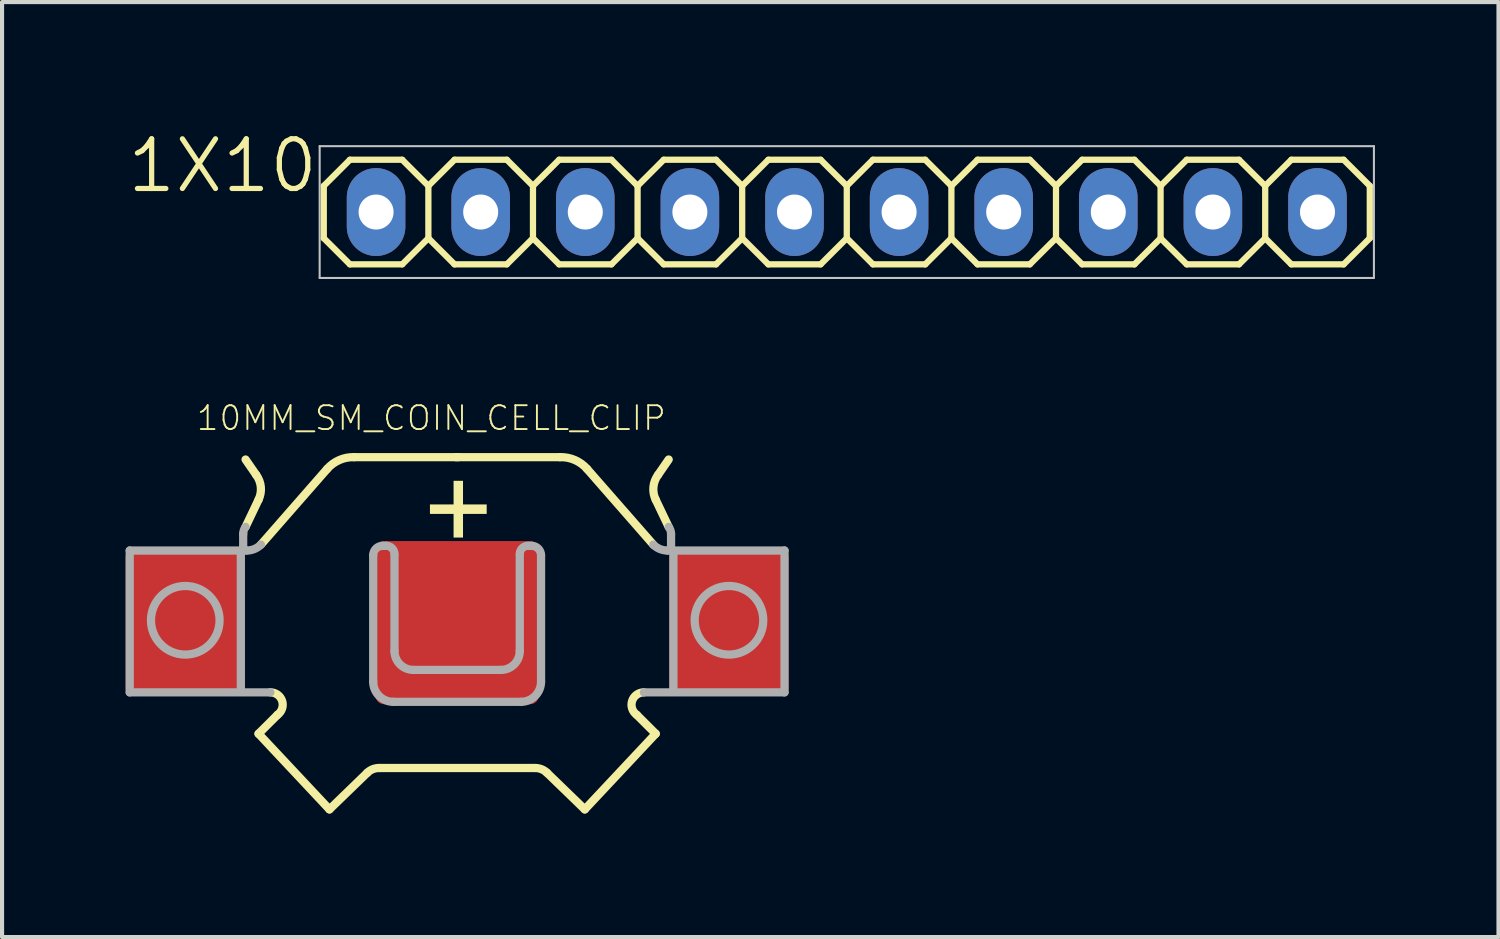
<source format=kicad_pcb>
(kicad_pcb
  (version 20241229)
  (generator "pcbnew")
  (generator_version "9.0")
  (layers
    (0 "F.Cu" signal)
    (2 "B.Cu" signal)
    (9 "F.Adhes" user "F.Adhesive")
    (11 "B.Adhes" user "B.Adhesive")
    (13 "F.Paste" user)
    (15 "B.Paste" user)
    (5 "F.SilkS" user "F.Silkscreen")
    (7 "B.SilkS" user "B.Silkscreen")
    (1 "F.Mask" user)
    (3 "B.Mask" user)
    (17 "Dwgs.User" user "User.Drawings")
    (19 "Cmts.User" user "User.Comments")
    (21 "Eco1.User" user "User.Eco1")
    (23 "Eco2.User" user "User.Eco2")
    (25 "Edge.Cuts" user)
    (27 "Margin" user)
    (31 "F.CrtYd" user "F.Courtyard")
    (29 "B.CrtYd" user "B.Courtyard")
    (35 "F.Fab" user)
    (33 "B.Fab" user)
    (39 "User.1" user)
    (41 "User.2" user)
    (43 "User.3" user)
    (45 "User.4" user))
  (footprint "1X10"
    (layer "F.Cu")
    (at 17.512 2.099)
    (property "Reference" "1X10" (at -12.776 -1.829 0) (layer "F.SilkS") (effects (font (size 1.206 1.206) (thickness 0.127)) (justify right top)))
    (attr through_hole)
    (fp_line (start -12.7 -0.635) (end -12.7 0.635) (stroke (width 0.152) (type solid)) (layer "F.SilkS"))
    (fp_line (start -12.7 0.635) (end -12.065 1.27) (stroke (width 0.152) (type solid)) (layer "F.SilkS"))
    (fp_line (start -12.065 -1.27) (end -12.7 -0.635) (stroke (width 0.152) (type solid)) (layer "F.SilkS"))
    (fp_line (start -12.065 -1.27) (end -10.795 -1.27) (stroke (width 0.152) (type solid)) (layer "F.SilkS"))
    (fp_line (start -10.795 -1.27) (end -10.16 -0.635) (stroke (width 0.152) (type solid)) (layer "F.SilkS"))
    (fp_line (start -10.795 1.27) (end -12.065 1.27) (stroke (width 0.152) (type solid)) (layer "F.SilkS"))
    (fp_line (start -10.16 -0.635) (end -10.16 0.635) (stroke (width 0.152) (type solid)) (layer "F.SilkS"))
    (fp_line (start -10.16 -0.635) (end -9.525 -1.27) (stroke (width 0.152) (type solid)) (layer "F.SilkS"))
    (fp_line (start -10.16 0.635) (end -10.795 1.27) (stroke (width 0.152) (type solid)) (layer "F.SilkS"))
    (fp_line (start -9.525 -1.27) (end -8.255 -1.27) (stroke (width 0.152) (type solid)) (layer "F.SilkS"))
    (fp_line (start -9.525 1.27) (end -10.16 0.635) (stroke (width 0.152) (type solid)) (layer "F.SilkS"))
    (fp_line (start -8.255 -1.27) (end -7.62 -0.635) (stroke (width 0.152) (type solid)) (layer "F.SilkS"))
    (fp_line (start -8.255 1.27) (end -9.525 1.27) (stroke (width 0.152) (type solid)) (layer "F.SilkS"))
    (fp_line (start -7.62 -0.635) (end -7.62 0.635) (stroke (width 0.152) (type solid)) (layer "F.SilkS"))
    (fp_line (start -7.62 -0.635) (end -6.985 -1.27) (stroke (width 0.152) (type solid)) (layer "F.SilkS"))
    (fp_line (start -7.62 0.635) (end -8.255 1.27) (stroke (width 0.152) (type solid)) (layer "F.SilkS"))
    (fp_line (start -6.985 -1.27) (end -5.715 -1.27) (stroke (width 0.152) (type solid)) (layer "F.SilkS"))
    (fp_line (start -6.985 1.27) (end -7.62 0.635) (stroke (width 0.152) (type solid)) (layer "F.SilkS"))
    (fp_line (start -5.715 -1.27) (end -5.08 -0.635) (stroke (width 0.152) (type solid)) (layer "F.SilkS"))
    (fp_line (start -5.715 1.27) (end -6.985 1.27) (stroke (width 0.152) (type solid)) (layer "F.SilkS"))
    (fp_line (start -5.08 -0.635) (end -5.08 0.635) (stroke (width 0.152) (type solid)) (layer "F.SilkS"))
    (fp_line (start -5.08 0.635) (end -5.715 1.27) (stroke (width 0.152) (type solid)) (layer "F.SilkS"))
    (fp_line (start -5.08 0.635) (end -4.445 1.27) (stroke (width 0.152) (type solid)) (layer "F.SilkS"))
    (fp_line (start -4.445 -1.27) (end -5.08 -0.635) (stroke (width 0.152) (type solid)) (layer "F.SilkS"))
    (fp_line (start -4.445 -1.27) (end -3.175 -1.27) (stroke (width 0.152) (type solid)) (layer "F.SilkS"))
    (fp_line (start -3.175 -1.27) (end -2.54 -0.635) (stroke (width 0.152) (type solid)) (layer "F.SilkS"))
    (fp_line (start -3.175 1.27) (end -4.445 1.27) (stroke (width 0.152) (type solid)) (layer "F.SilkS"))
    (fp_line (start -2.54 -0.635) (end -2.54 0.635) (stroke (width 0.152) (type solid)) (layer "F.SilkS"))
    (fp_line (start -2.54 -0.635) (end -1.905 -1.27) (stroke (width 0.152) (type solid)) (layer "F.SilkS"))
    (fp_line (start -2.54 0.635) (end -3.175 1.27) (stroke (width 0.152) (type solid)) (layer "F.SilkS"))
    (fp_line (start -1.905 -1.27) (end -0.635 -1.27) (stroke (width 0.152) (type solid)) (layer "F.SilkS"))
    (fp_line (start -1.905 1.27) (end -2.54 0.635) (stroke (width 0.152) (type solid)) (layer "F.SilkS"))
    (fp_line (start -0.635 -1.27) (end 0 -0.635) (stroke (width 0.152) (type solid)) (layer "F.SilkS"))
    (fp_line (start -0.635 1.27) (end -1.905 1.27) (stroke (width 0.152) (type solid)) (layer "F.SilkS"))
    (fp_line (start 0 -0.635) (end 0 0.635) (stroke (width 0.152) (type solid)) (layer "F.SilkS"))
    (fp_line (start 0 -0.635) (end 0.635 -1.27) (stroke (width 0.152) (type solid)) (layer "F.SilkS"))
    (fp_line (start 0 0.635) (end -0.635 1.27) (stroke (width 0.152) (type solid)) (layer "F.SilkS"))
    (fp_line (start 0.635 -1.27) (end 1.905 -1.27) (stroke (width 0.152) (type solid)) (layer "F.SilkS"))
    (fp_line (start 0.635 1.27) (end 0 0.635) (stroke (width 0.152) (type solid)) (layer "F.SilkS"))
    (fp_line (start 1.905 -1.27) (end 2.54 -0.635) (stroke (width 0.152) (type solid)) (layer "F.SilkS"))
    (fp_line (start 1.905 1.27) (end 0.635 1.27) (stroke (width 0.152) (type solid)) (layer "F.SilkS"))
    (fp_line (start 2.54 -0.635) (end 2.54 0.635) (stroke (width 0.152) (type solid)) (layer "F.SilkS"))
    (fp_line (start 2.54 0.635) (end 1.905 1.27) (stroke (width 0.152) (type solid)) (layer "F.SilkS"))
    (fp_line (start 2.54 0.635) (end 3.175 1.27) (stroke (width 0.152) (type solid)) (layer "F.SilkS"))
    (fp_line (start 3.175 -1.27) (end 2.54 -0.635) (stroke (width 0.152) (type solid)) (layer "F.SilkS"))
    (fp_line (start 3.175 -1.27) (end 4.445 -1.27) (stroke (width 0.152) (type solid)) (layer "F.SilkS"))
    (fp_line (start 4.445 -1.27) (end 5.08 -0.635) (stroke (width 0.152) (type solid)) (layer "F.SilkS"))
    (fp_line (start 4.445 1.27) (end 3.175 1.27) (stroke (width 0.152) (type solid)) (layer "F.SilkS"))
    (fp_line (start 5.08 -0.635) (end 5.08 0.635) (stroke (width 0.152) (type solid)) (layer "F.SilkS"))
    (fp_line (start 5.08 -0.635) (end 5.715 -1.27) (stroke (width 0.152) (type solid)) (layer "F.SilkS"))
    (fp_line (start 5.08 0.635) (end 4.445 1.27) (stroke (width 0.152) (type solid)) (layer "F.SilkS"))
    (fp_line (start 5.715 -1.27) (end 6.985 -1.27) (stroke (width 0.152) (type solid)) (layer "F.SilkS"))
    (fp_line (start 5.715 1.27) (end 5.08 0.635) (stroke (width 0.152) (type solid)) (layer "F.SilkS"))
    (fp_line (start 6.985 -1.27) (end 7.62 -0.635) (stroke (width 0.152) (type solid)) (layer "F.SilkS"))
    (fp_line (start 6.985 1.27) (end 5.715 1.27) (stroke (width 0.152) (type solid)) (layer "F.SilkS"))
    (fp_line (start 7.62 -0.635) (end 7.62 0.635) (stroke (width 0.152) (type solid)) (layer "F.SilkS"))
    (fp_line (start 7.62 -0.635) (end 8.255 -1.27) (stroke (width 0.152) (type solid)) (layer "F.SilkS"))
    (fp_line (start 7.62 0.635) (end 6.985 1.27) (stroke (width 0.152) (type solid)) (layer "F.SilkS"))
    (fp_line (start 8.255 -1.27) (end 9.525 -1.27) (stroke (width 0.152) (type solid)) (layer "F.SilkS"))
    (fp_line (start 8.255 1.27) (end 7.62 0.635) (stroke (width 0.152) (type solid)) (layer "F.SilkS"))
    (fp_line (start 9.525 -1.27) (end 10.16 -0.635) (stroke (width 0.152) (type solid)) (layer "F.SilkS"))
    (fp_line (start 9.525 1.27) (end 8.255 1.27) (stroke (width 0.152) (type solid)) (layer "F.SilkS"))
    (fp_line (start 10.16 -0.635) (end 10.16 0.635) (stroke (width 0.152) (type solid)) (layer "F.SilkS"))
    (fp_line (start 10.16 0.635) (end 9.525 1.27) (stroke (width 0.152) (type solid)) (layer "F.SilkS"))
    (fp_line (start 10.16 0.635) (end 10.795 1.27) (stroke (width 0.152) (type solid)) (layer "F.SilkS"))
    (fp_line (start 10.795 -1.27) (end 10.16 -0.635) (stroke (width 0.152) (type solid)) (layer "F.SilkS"))
    (fp_line (start 10.795 -1.27) (end 12.065 -1.27) (stroke (width 0.152) (type solid)) (layer "F.SilkS"))
    (fp_line (start 12.065 -1.27) (end 12.7 -0.635) (stroke (width 0.152) (type solid)) (layer "F.SilkS"))
    (fp_line (start 12.065 1.27) (end 10.795 1.27) (stroke (width 0.152) (type solid)) (layer "F.SilkS"))
    (fp_line (start 12.7 -0.635) (end 12.7 0.635) (stroke (width 0.152) (type solid)) (layer "F.SilkS"))
    (fp_line (start 12.7 0.635) (end 12.065 1.27) (stroke (width 0.152) (type solid)) (layer "F.SilkS"))
    (fp_line (start -12.8 -1.6) (end 12.8 -1.6) (stroke (width 0.05) (type solid)) (layer "Dwgs.User"))
    (fp_line (start -12.8 1.6) (end -12.8 -1.6) (stroke (width 0.05) (type solid)) (layer "Dwgs.User"))
    (fp_line (start 12.8 -1.6) (end 12.8 1.6) (stroke (width 0.05) (type solid)) (layer "Dwgs.User"))
    (fp_line (start 12.8 1.6) (end -12.8 1.6) (stroke (width 0.05) (type solid)) (layer "Dwgs.User"))
    (fp_poly (pts (xy -11.684 0.254) (xy -11.176 0.254) (xy -11.176 -0.254) (xy -11.684 -0.254)) (stroke (width 0.1) (type solid)) (fill no) (layer "F.Fab"))
    (fp_poly (pts (xy -9.144 0.254) (xy -8.636 0.254) (xy -8.636 -0.254) (xy -9.144 -0.254)) (stroke (width 0.1) (type solid)) (fill no) (layer "F.Fab"))
    (fp_poly (pts (xy -6.604 0.254) (xy -6.096 0.254) (xy -6.096 -0.254) (xy -6.604 -0.254)) (stroke (width 0.1) (type solid)) (fill no) (layer "F.Fab"))
    (fp_poly (pts (xy -4.064 0.254) (xy -3.556 0.254) (xy -3.556 -0.254) (xy -4.064 -0.254)) (stroke (width 0.1) (type solid)) (fill no) (layer "F.Fab"))
    (fp_poly (pts (xy -1.524 0.254) (xy -1.016 0.254) (xy -1.016 -0.254) (xy -1.524 -0.254)) (stroke (width 0.1) (type solid)) (fill no) (layer "F.Fab"))
    (fp_poly (pts (xy 1.016 0.254) (xy 1.524 0.254) (xy 1.524 -0.254) (xy 1.016 -0.254)) (stroke (width 0.1) (type solid)) (fill no) (layer "F.Fab"))
    (fp_poly (pts (xy 3.556 0.254) (xy 4.064 0.254) (xy 4.064 -0.254) (xy 3.556 -0.254)) (stroke (width 0.1) (type solid)) (fill no) (layer "F.Fab"))
    (fp_poly (pts (xy 6.096 0.254) (xy 6.604 0.254) (xy 6.604 -0.254) (xy 6.096 -0.254)) (stroke (width 0.1) (type solid)) (fill no) (layer "F.Fab"))
    (fp_poly (pts (xy 8.636 0.254) (xy 9.144 0.254) (xy 9.144 -0.254) (xy 8.636 -0.254)) (stroke (width 0.1) (type solid)) (fill no) (layer "F.Fab"))
    (fp_poly (pts (xy 11.176 0.254) (xy 11.684 0.254) (xy 11.684 -0.254) (xy 11.176 -0.254)) (stroke (width 0.1) (type solid)) (fill no) (layer "F.Fab"))
    (pad "1" thru_hole oval (at -11.43 0 90) (size 2.134 1.422) (drill 0.85) (layers "*.Cu" "*.Mask"))
    (pad "2" thru_hole oval (at -8.89 0 90) (size 2.134 1.422) (drill 0.85) (layers "*.Cu" "*.Mask"))
    (pad "3" thru_hole oval (at -6.35 0 90) (size 2.134 1.422) (drill 0.85) (layers "*.Cu" "*.Mask"))
    (pad "4" thru_hole oval (at -3.81 0 90) (size 2.134 1.422) (drill 0.85) (layers "*.Cu" "*.Mask"))
    (pad "5" thru_hole oval (at -1.27 0 90) (size 2.134 1.422) (drill 0.85) (layers "*.Cu" "*.Mask"))
    (pad "6" thru_hole oval (at 1.27 0 90) (size 2.134 1.422) (drill 0.85) (layers "*.Cu" "*.Mask"))
    (pad "7" thru_hole oval (at 3.81 0 90) (size 2.134 1.422) (drill 0.85) (layers "*.Cu" "*.Mask"))
    (pad "8" thru_hole oval (at 6.35 0 90) (size 2.134 1.422) (drill 0.85) (layers "*.Cu" "*.Mask"))
    (pad "9" thru_hole oval (at 8.89 0 90) (size 2.134 1.422) (drill 0.85) (layers "*.Cu" "*.Mask"))
    (pad "10" thru_hole oval (at 11.43 0 90) (size 2.134 1.422) (drill 0.85) (layers "*.Cu" "*.Mask")))
  (footprint "10MM_SM_COIN_CELL_CLIP"
    (layer "F.Cu")
    (at 8.05 12.069)
    (property "Reference" "10MM_SM_COIN_CELL_CLIP" (at -6.364 -4.628 0) (layer "F.SilkS") (effects (font (size 0.579 0.579) (thickness 0.046)) (justify left bottom)))
    (attr through_hole)
    (fp_line (start -5.137 -2.325) (end -4.822 -2.985) (stroke (width 0.2) (type solid)) (layer "F.SilkS"))
    (fp_line (start -4.879 -3.587) (end -5.137 -3.961) (stroke (width 0.2) (type solid)) (layer "F.SilkS"))
    (fp_line (start -4.822 2.698) (end -3.1 4.535) (stroke (width 0.2) (type solid)) (layer "F.SilkS"))
    (fp_line (start -4.764 -1.894) (end -3.157 -3.731) (stroke (width 0.2) (type solid)) (layer "F.SilkS"))
    (fp_line (start -4.362 2.239) (end -4.822 2.698) (stroke (width 0.2) (type solid)) (layer "F.SilkS"))
    (fp_line (start -3.1 4.535) (end -2.181 3.645) (stroke (width 0.2) (type solid)) (layer "F.SilkS"))
    (fp_line (start -2.497 -4.018) (end 0.029 -4.018) (stroke (width 0.2) (type solid)) (layer "F.SilkS"))
    (fp_line (start 1.894 3.53) (end -1.894 3.53) (stroke (width 0.2) (type solid)) (layer "F.SilkS"))
    (fp_line (start 2.497 -4.018) (end -0.029 -4.018) (stroke (width 0.2) (type solid)) (layer "F.SilkS"))
    (fp_line (start 3.1 4.535) (end 2.181 3.645) (stroke (width 0.2) (type solid)) (layer "F.SilkS"))
    (fp_line (start 4.362 2.239) (end 4.822 2.698) (stroke (width 0.2) (type solid)) (layer "F.SilkS"))
    (fp_line (start 4.764 -1.894) (end 3.157 -3.731) (stroke (width 0.2) (type solid)) (layer "F.SilkS"))
    (fp_line (start 4.822 2.698) (end 3.1 4.535) (stroke (width 0.2) (type solid)) (layer "F.SilkS"))
    (fp_line (start 4.879 -3.587) (end 5.137 -3.961) (stroke (width 0.2) (type solid)) (layer "F.SilkS"))
    (fp_line (start 5.137 -2.325) (end 4.822 -2.985) (stroke (width 0.2) (type solid)) (layer "F.SilkS"))
    (fp_arc (start -4.879001 -3.5875) (mid -4.766728 -3.294109) (end -4.8216 -2.9848) (stroke (width 0.2) (type solid)) (layer "F.SilkS"))
    (fp_arc (start -4.5346 1.6933) (mid -4.248679 1.902848) (end -4.3624 2.238599) (stroke (width 0.2) (type solid)) (layer "F.SilkS"))
    (fp_arc (start -3.157 -3.731) (mid -2.859178 -3.948624) (end -2.4969 -4.018) (stroke (width 0.2) (type solid)) (layer "F.SilkS"))
    (fp_arc (start -2.1812 3.6449) (mid -2.049008 3.55923) (end -1.8942 3.530099) (stroke (width 0.2) (type solid)) (layer "F.SilkS"))
    (fp_arc (start 1.8942 3.530099) (mid 2.049008 3.55923) (end 2.1812 3.6449) (stroke (width 0.2) (type solid)) (layer "F.SilkS"))
    (fp_arc (start 2.4969 -4.018) (mid 2.859178 -3.948624) (end 3.157 -3.731) (stroke (width 0.2) (type solid)) (layer "F.SilkS"))
    (fp_arc (start 4.3624 2.238599) (mid 4.248679 1.902848) (end 4.5346 1.6933) (stroke (width 0.2) (type solid)) (layer "F.SilkS"))
    (fp_arc (start 4.8216 -2.9848) (mid 4.766728 -3.294109) (end 4.879001 -3.5875) (stroke (width 0.2) (type solid)) (layer "F.SilkS"))
    (fp_poly (pts (xy -0.66 -2.64) (xy 0.718 -2.64) (xy 0.718 -2.87) (xy -0.66 -2.87)) (stroke (width 0) (type solid)) (fill yes) (layer "F.SilkS"))
    (fp_poly (pts (xy -0.086 -2.066) (xy 0.143 -2.066) (xy 0.143 -3.444) (xy -0.086 -3.444)) (stroke (width 0) (type solid)) (fill yes) (layer "F.SilkS"))
    (fp_line (start -7.95 -1.751) (end -7.95 1.693) (stroke (width 0.2) (type solid)) (layer "F.Fab"))
    (fp_line (start -7.95 -1.751) (end -5.109 -1.751) (stroke (width 0.2) (type solid)) (layer "F.Fab"))
    (fp_line (start -7.95 1.693) (end -4.535 1.693) (stroke (width 0.2) (type solid)) (layer "F.Fab"))
    (fp_line (start -5.252 1.607) (end -5.252 -1.693) (stroke (width 0.2) (type solid)) (layer "F.Fab"))
    (fp_line (start -5.195 -1.808) (end -5.195 -2.152) (stroke (width 0.2) (type solid)) (layer "F.Fab"))
    (fp_line (start -2.038 1.435) (end -2.038 -1.636) (stroke (width 0.2) (type solid)) (layer "F.Fab"))
    (fp_line (start -1.808 -1.865) (end -1.722 -1.865) (stroke (width 0.2) (type solid)) (layer "F.Fab"))
    (fp_line (start -1.55 1.923) (end 1.55 1.923) (stroke (width 0.2) (type solid)) (layer "F.Fab"))
    (fp_line (start -1.521 -1.636) (end -1.521 0.689) (stroke (width 0.2) (type solid)) (layer "F.Fab"))
    (fp_line (start 1.062 1.148) (end -1.062 1.148) (stroke (width 0.2) (type solid)) (layer "F.Fab"))
    (fp_line (start 1.521 -1.636) (end 1.521 0.689) (stroke (width 0.2) (type solid)) (layer "F.Fab"))
    (fp_line (start 1.808 -1.865) (end 1.722 -1.865) (stroke (width 0.2) (type solid)) (layer "F.Fab"))
    (fp_line (start 2.038 1.435) (end 2.038 -1.636) (stroke (width 0.2) (type solid)) (layer "F.Fab"))
    (fp_line (start 5.195 -1.808) (end 5.195 -2.152) (stroke (width 0.2) (type solid)) (layer "F.Fab"))
    (fp_line (start 5.252 1.607) (end 5.252 -1.693) (stroke (width 0.2) (type solid)) (layer "F.Fab"))
    (fp_line (start 7.95 -1.751) (end 5.109 -1.751) (stroke (width 0.2) (type solid)) (layer "F.Fab"))
    (fp_line (start 7.95 -1.751) (end 7.95 1.693) (stroke (width 0.2) (type solid)) (layer "F.Fab"))
    (fp_line (start 7.95 1.693) (end 4.535 1.693) (stroke (width 0.2) (type solid)) (layer "F.Fab"))
    (fp_arc (start -5.1947 -2.1525) (mid -5.179972 -2.243257) (end -5.1373 -2.3247) (stroke (width 0.2) (type solid)) (layer "F.Fab"))
    (fp_arc (start -4.7642 -1.8942) (mid -4.92205 -1.78801) (end -5.1086 -1.7507) (stroke (width 0.2) (type solid)) (layer "F.Fab"))
    (fp_arc (start -2.0377 -1.6359) (mid -1.970452 -1.798252) (end -1.8081 -1.8655) (stroke (width 0.2) (type solid)) (layer "F.Fab"))
    (fp_arc (start -1.722 -1.8655) (mid -1.579942 -1.806658) (end -1.5211 -1.6646) (stroke (width 0.2) (type solid)) (layer "F.Fab"))
    (fp_arc (start -1.5498 1.9229) (mid -1.894797 1.779997) (end -2.0377 1.435) (stroke (width 0.2) (type solid)) (layer "F.Fab"))
    (fp_arc (start -1.0619 1.148) (mid -1.386603 1.013503) (end -1.5211 0.6888) (stroke (width 0.2) (type solid)) (layer "F.Fab"))
    (fp_arc (start 1.5211 -1.6646) (mid 1.579942 -1.806658) (end 1.722 -1.8655) (stroke (width 0.2) (type solid)) (layer "F.Fab"))
    (fp_arc (start 1.5211 0.6888) (mid 1.386603 1.013503) (end 1.0619 1.148) (stroke (width 0.2) (type solid)) (layer "F.Fab"))
    (fp_arc (start 1.8081 -1.8655) (mid 1.970452 -1.798252) (end 2.0377 -1.6359) (stroke (width 0.2) (type solid)) (layer "F.Fab"))
    (fp_arc (start 2.0377 1.435) (mid 1.894797 1.779997) (end 1.5498 1.9229) (stroke (width 0.2) (type solid)) (layer "F.Fab"))
    (fp_arc (start 5.1086 -1.7507) (mid 4.92205 -1.78801) (end 4.7642 -1.8942) (stroke (width 0.2) (type solid)) (layer "F.Fab"))
    (fp_arc (start 5.1373 -2.3247) (mid 5.179972 -2.243257) (end 5.1947 -2.1525) (stroke (width 0.2) (type solid)) (layer "F.Fab"))
    (fp_circle (center -6.601 -0.057) (end -5.768 -0.057) (stroke (width 0.2) (type solid)) (fill no) (layer "F.Fab"))
    (fp_circle (center 6.601 -0.057) (end 7.434 -0.057) (stroke (width 0.2) (type solid)) (fill no) (layer "F.Fab"))
    (pad "+@1" smd roundrect (at -6.6 0) (size 2.9 3.5) (layers "F.Cu" "F.Mask" "F.Paste") (roundrect_rratio 0.05))
    (pad "+@2" smd roundrect (at 6.6 0) (size 2.9 3.5) (layers "F.Cu" "F.Mask" "F.Paste") (roundrect_rratio 0.05))
    (pad "-" smd roundrect (at 0 0) (size 3.96 3.96) (layers "F.Cu" "F.Mask" "F.Paste") (roundrect_rratio 0.05)))
  (gr_rect
    (start -3 -3)
    (end 33.337 19.704)
    (stroke (width 0.1) (type default))
    (fill no)
    (layer "Edge.Cuts")))
</source>
